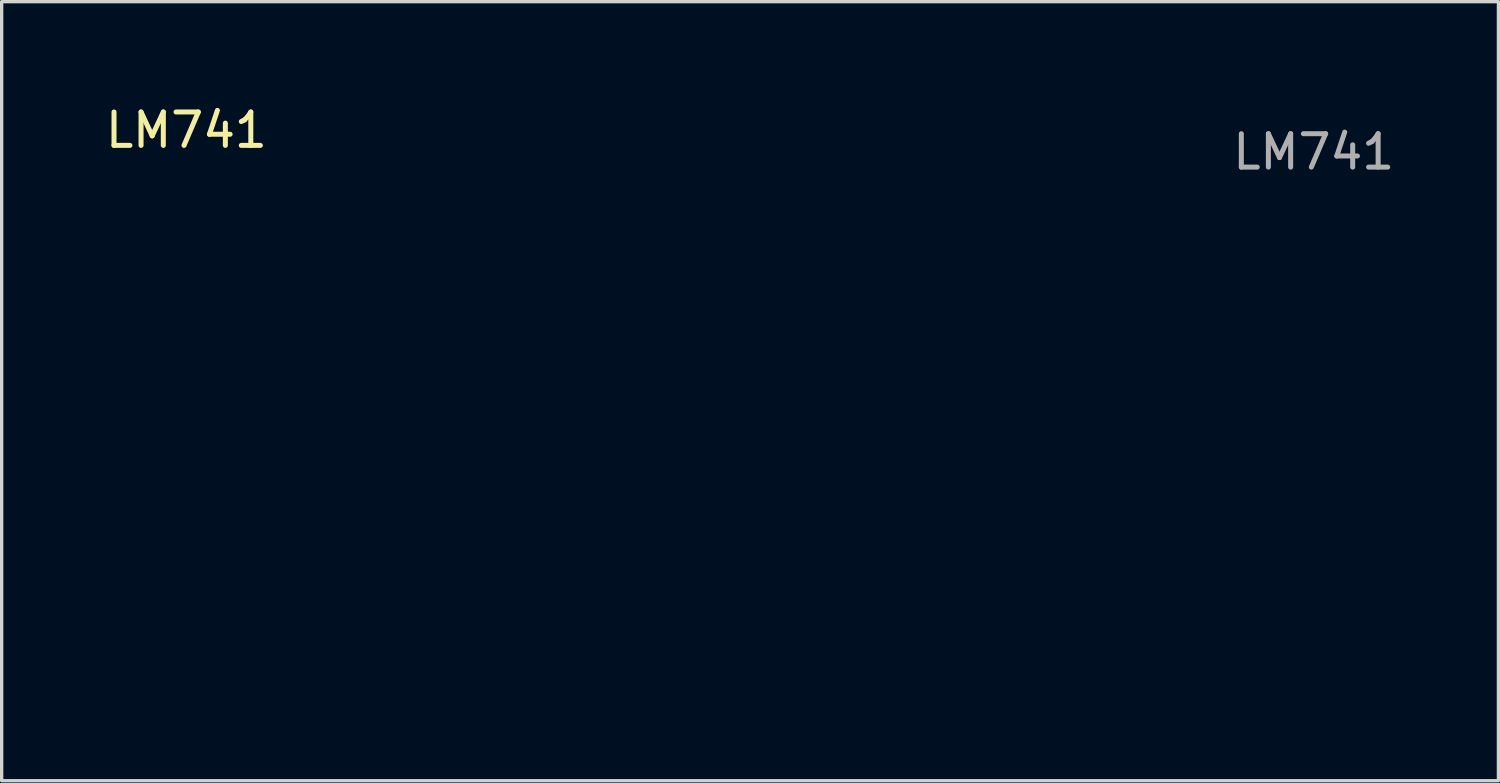
<source format=kicad_pcb>
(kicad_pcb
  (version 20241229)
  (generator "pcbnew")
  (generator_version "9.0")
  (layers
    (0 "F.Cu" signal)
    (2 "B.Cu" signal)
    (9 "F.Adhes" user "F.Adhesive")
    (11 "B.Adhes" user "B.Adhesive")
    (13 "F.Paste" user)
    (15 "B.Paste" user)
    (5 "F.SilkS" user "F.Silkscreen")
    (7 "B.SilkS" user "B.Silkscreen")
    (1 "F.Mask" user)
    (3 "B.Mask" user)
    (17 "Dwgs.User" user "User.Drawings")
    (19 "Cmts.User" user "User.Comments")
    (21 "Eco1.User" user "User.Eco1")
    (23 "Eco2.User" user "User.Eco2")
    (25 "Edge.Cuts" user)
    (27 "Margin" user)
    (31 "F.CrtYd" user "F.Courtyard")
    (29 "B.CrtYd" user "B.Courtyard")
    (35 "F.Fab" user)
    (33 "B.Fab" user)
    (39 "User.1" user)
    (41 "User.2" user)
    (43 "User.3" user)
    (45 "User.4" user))
  (footprint "LM741"
    (layer "F.Cu")
    (at 16.53 17.073)
    (property "Reference" "LM741" (at -14 -16.225 0) (unlocked yes) (layer "F.SilkS") (effects (font (size 1 1) (thickness 0.15))))
    (attr smd)
    (fp_text user "${REFERENCE}" (at 19.75 -15.575 0) (unlocked yes) (layer "F.Fab") (effects (font (size 1 1) (thickness 0.15)))))
  (gr_rect
    (start -3 -3)
    (end 41.81 20.323)
    (stroke (width 0.1) (type default))
    (fill no)
    (layer "Edge.Cuts")))
</source>
